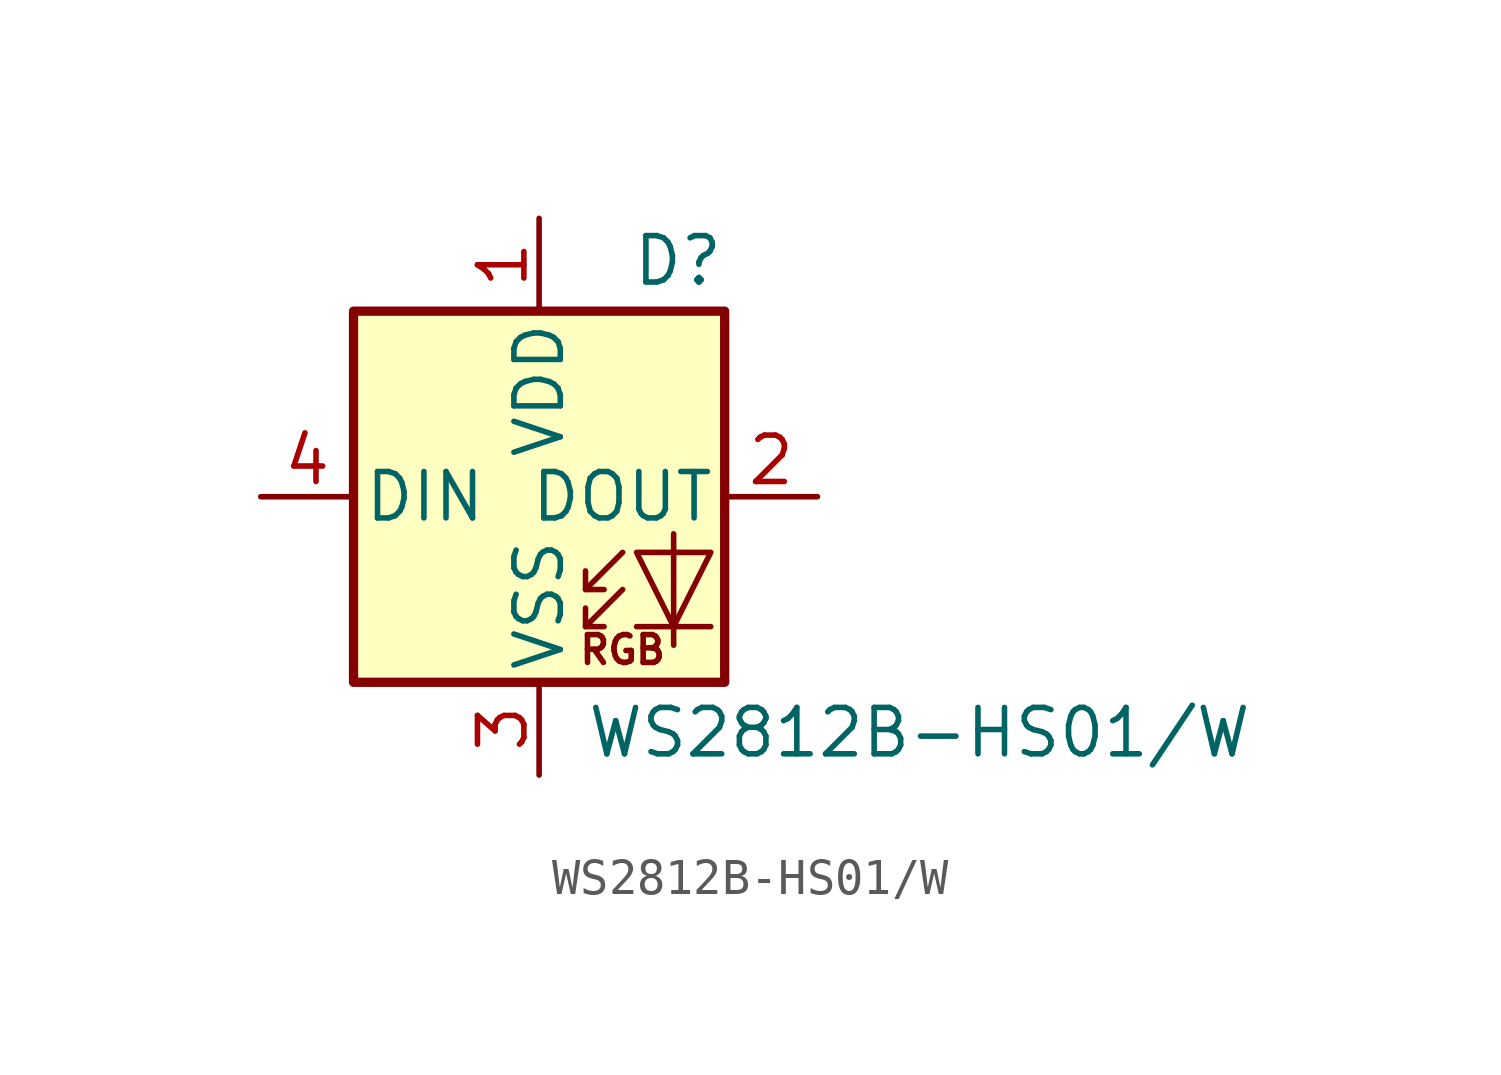
<source format=kicad_sym>
(kicad_symbol_lib
  (version 20241209)
  (generator "kicad_symbol_editor")
  (generator_version "9.0")
  (symbol "WS2812B-HS01/W"
    (pin_names
      (offset 0.254))
    (property "Reference" "D"
      (at 5.08 5.715 0)
      (effects (font (size 1.27 1.27)) (justify right bottom)))
    (property "Value" "WS2812B-HS01/W"
      (at 1.27 -5.715 0)
      (effects (font (size 1.27 1.27)) (justify left top)))
    (symbol "WS2812B-HS01/W_0_0"
      (text "RGB" (at 2.286 -4.191 0) (effects (font (size 0.762 0.762)))))
    (symbol "WS2812B-HS01/W_0_1"
      (polyline (pts (xy 1.27 -2.54) (xy 1.778 -2.54)) (stroke (width 0) (type default)) (fill (type none)))
      (polyline (pts (xy 1.27 -3.556) (xy 1.778 -3.556)) (stroke (width 0) (type default)) (fill (type none)))
      (polyline (pts (xy 2.286 -1.524) (xy 1.27 -2.54) (xy 1.27 -2.032)) (stroke (width 0) (type default)) (fill (type none)))
      (polyline (pts (xy 2.286 -2.54) (xy 1.27 -3.556) (xy 1.27 -3.048)) (stroke (width 0) (type default)) (fill (type none)))
      (polyline (pts (xy 3.683 -1.016) (xy 3.683 -3.556) (xy 3.683 -4.064)) (stroke (width 0) (type default)) (fill (type none)))
      (polyline (pts (xy 4.699 -1.524) (xy 2.667 -1.524) (xy 3.683 -3.556) (xy 4.699 -1.524)) (stroke (width 0) (type default)) (fill (type none)))
      (polyline (pts (xy 4.699 -3.556) (xy 2.667 -3.556)) (stroke (width 0) (type default)) (fill (type none)))
      (rectangle (start 5.08 5.08) (end -5.08 -5.08) (stroke (width 0.254) (type default)) (fill (type background))))
    (symbol "WS2812B-HS01/W_1_1"
      (pin input line (at -7.62 0 0) (length 2.54) (name "DIN" (effects (font (size 1.27 1.27)))) (number "4" (effects (font (size 1.27 1.27)))))
      (pin power_in line (at 0 7.62 270) (length 2.54) (name "VDD" (effects (font (size 1.27 1.27)))) (number "1" (effects (font (size 1.27 1.27)))))
      (pin power_in line (at 0 -7.62 90) (length 2.54) (name "VSS" (effects (font (size 1.27 1.27)))) (number "3" (effects (font (size 1.27 1.27)))))
      (pin output line (at 7.62 0 180) (length 2.54) (name "DOUT" (effects (font (size 1.27 1.27)))) (number "2" (effects (font (size 1.27 1.27))))))))
</source>
